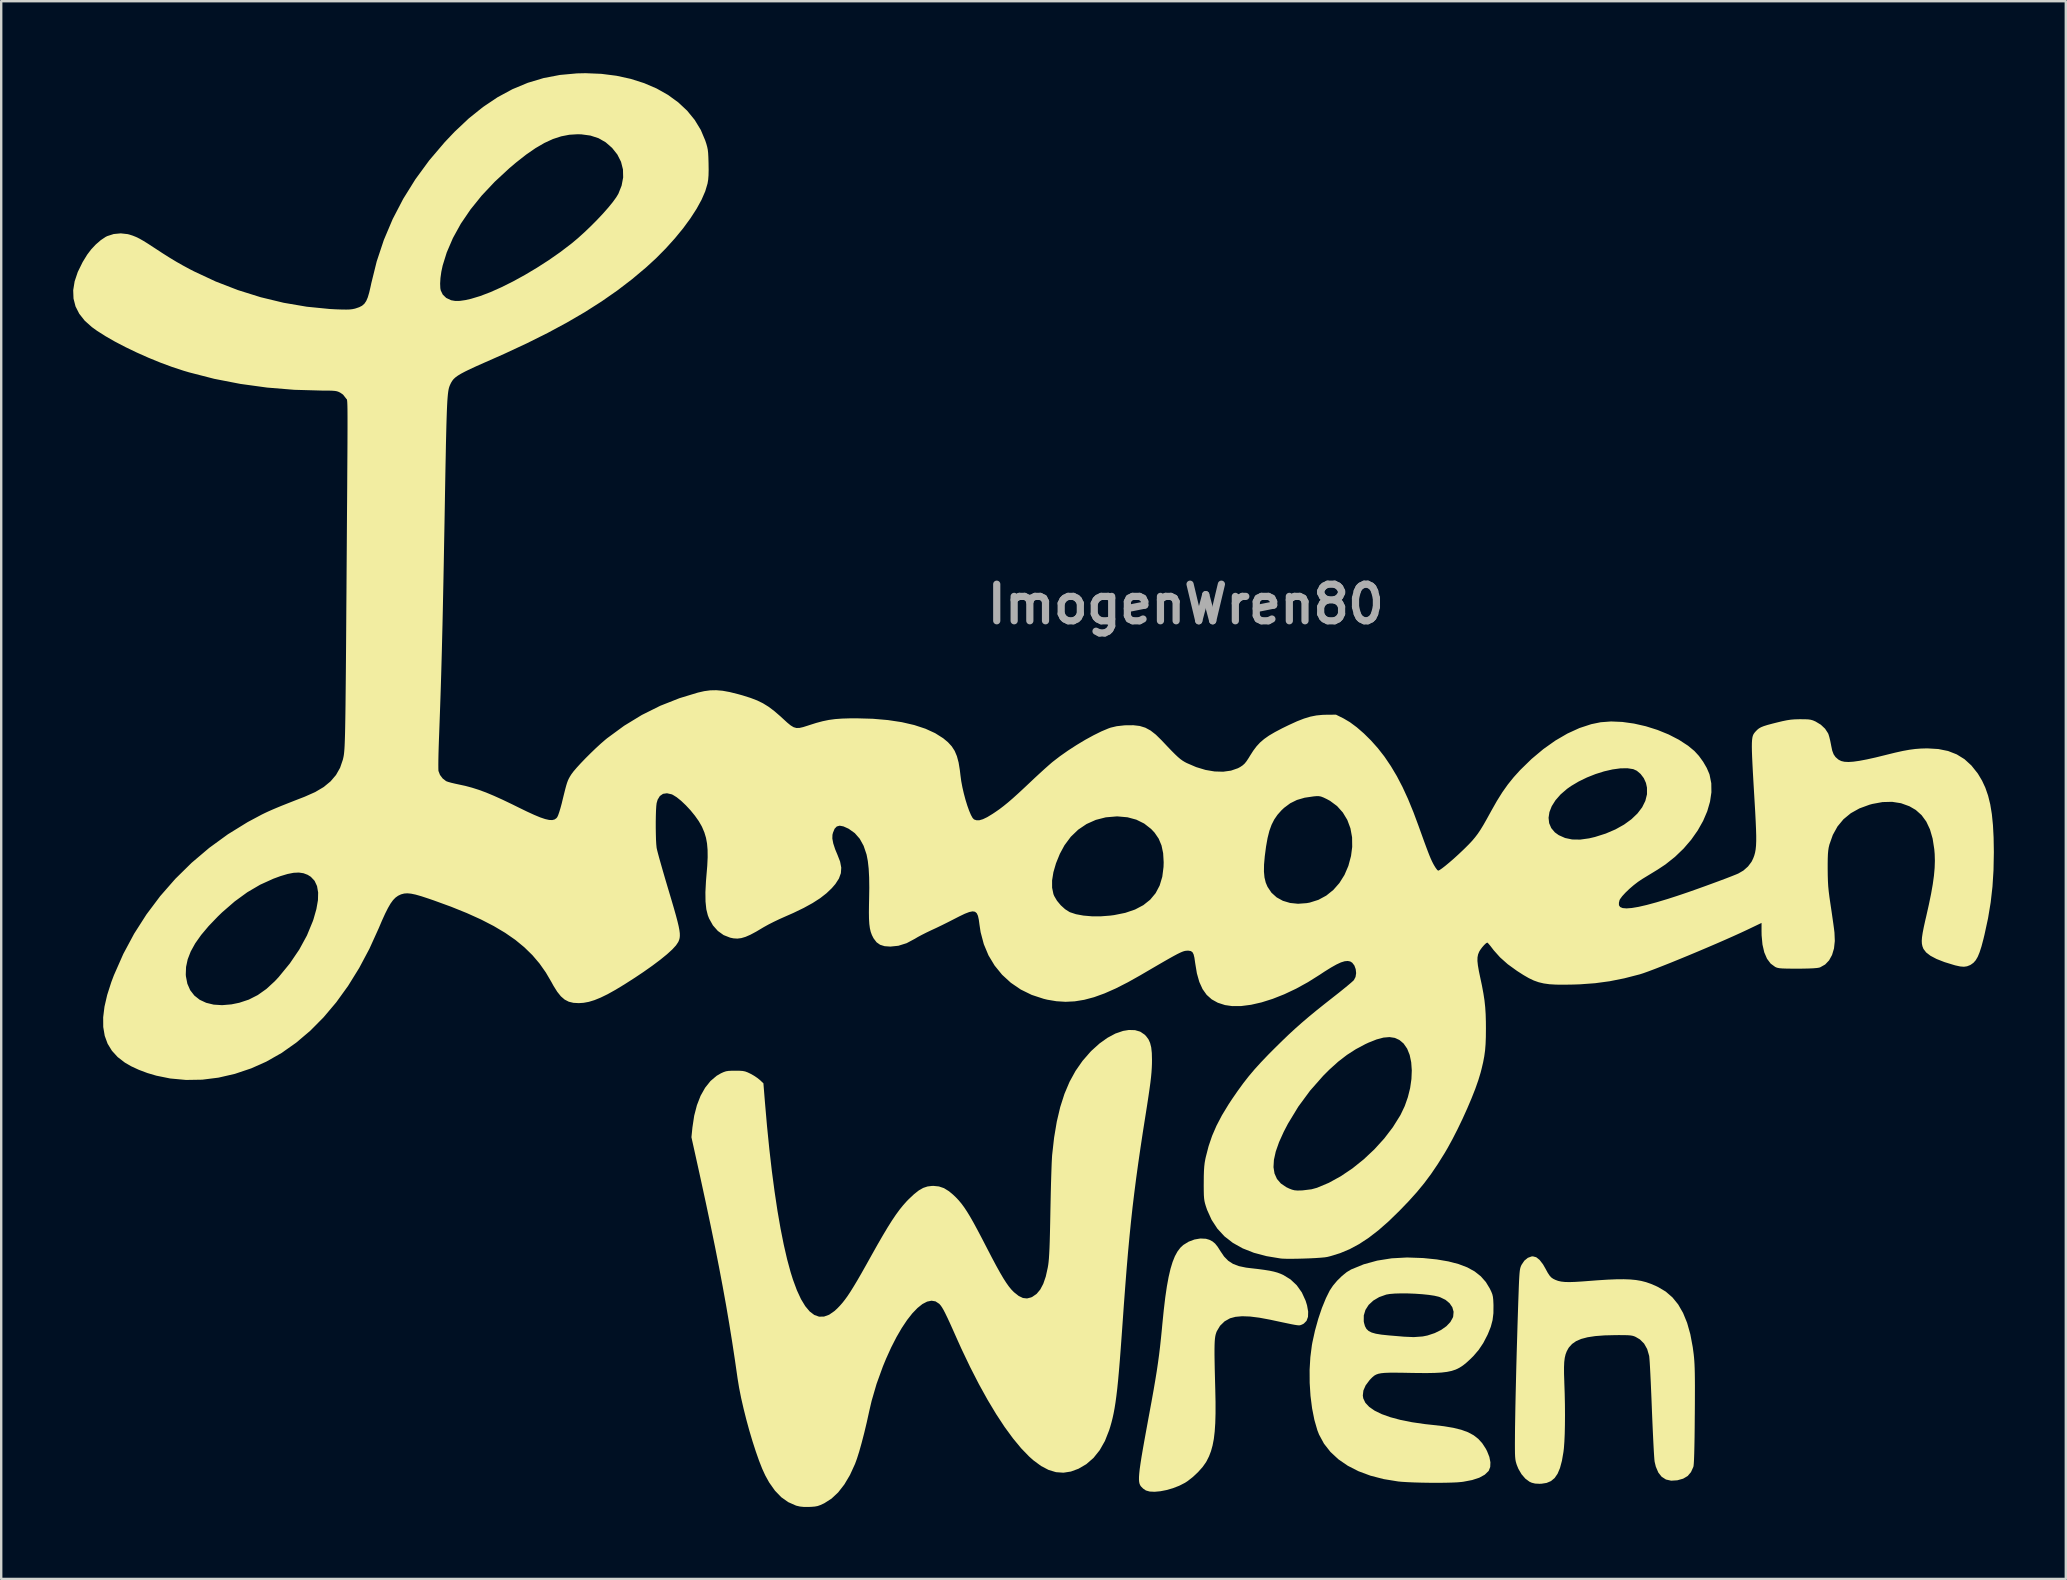
<source format=kicad_pcb>
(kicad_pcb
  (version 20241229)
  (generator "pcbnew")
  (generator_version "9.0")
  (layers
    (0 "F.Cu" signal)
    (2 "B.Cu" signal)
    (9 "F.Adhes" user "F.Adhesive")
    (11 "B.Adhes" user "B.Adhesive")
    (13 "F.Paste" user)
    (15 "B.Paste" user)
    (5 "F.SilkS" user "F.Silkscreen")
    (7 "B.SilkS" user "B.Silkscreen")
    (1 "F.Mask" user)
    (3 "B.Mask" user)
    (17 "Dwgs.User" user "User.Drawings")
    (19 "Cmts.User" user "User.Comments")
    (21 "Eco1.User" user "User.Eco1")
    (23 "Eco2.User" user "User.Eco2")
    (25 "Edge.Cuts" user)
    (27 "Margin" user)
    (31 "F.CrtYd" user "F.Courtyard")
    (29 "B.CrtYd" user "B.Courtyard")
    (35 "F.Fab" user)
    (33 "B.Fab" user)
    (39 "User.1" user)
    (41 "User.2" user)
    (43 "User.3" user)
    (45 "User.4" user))
  (footprint "ImogenWren80"
    (layer "F.Cu")
    (at 40.008 30.383)
    (property "Reference" "ImogenWren80" (at 6.35 -8.255 0) (layer "F.Fab") (effects (font (size 1.524 1.524) (thickness 0.3))))
    (attr board_only exclude_from_pos_files exclude_from_bom)
    (fp_poly (pts (xy 7.191 18.186) (xy 7.334 18.228) (xy 7.464 18.295) (xy 7.574 18.386) (xy 7.68 18.517) (xy 7.794 18.697) (xy 7.949 18.926) (xy 8.121 19.102) (xy 8.322 19.233) (xy 8.566 19.326) (xy 8.863 19.388) (xy 9.022 19.408) (xy 9.355 19.446) (xy 9.626 19.482) (xy 9.844 19.517) (xy 10.023 19.555) (xy 10.174 19.597) (xy 10.308 19.647) (xy 10.411 19.693) (xy 10.717 19.88) (xy 10.978 20.126) (xy 11.189 20.423) (xy 11.347 20.769) (xy 11.406 20.96) (xy 11.453 21.224) (xy 11.446 21.44) (xy 11.384 21.607) (xy 11.269 21.723) (xy 11.205 21.756) (xy 11.168 21.772) (xy 11.135 21.784) (xy 11.099 21.792) (xy 11.05 21.793) (xy 10.982 21.786) (xy 10.886 21.771) (xy 10.753 21.746) (xy 10.576 21.709) (xy 10.346 21.661) (xy 10.055 21.599) (xy 9.872 21.559) (xy 9.421 21.475) (xy 9.032 21.426) (xy 8.702 21.414) (xy 8.425 21.439) (xy 8.199 21.499) (xy 8.199 21.499) (xy 7.971 21.627) (xy 7.782 21.811) (xy 7.646 22.039) (xy 7.62 22.106) (xy 7.599 22.174) (xy 7.582 22.252) (xy 7.569 22.345) (xy 7.559 22.462) (xy 7.553 22.608) (xy 7.55 22.79) (xy 7.55 23.015) (xy 7.554 23.288) (xy 7.56 23.616) (xy 7.57 24.007) (xy 7.582 24.463) (xy 7.593 24.996) (xy 7.593 25.461) (xy 7.582 25.867) (xy 7.558 26.22) (xy 7.522 26.527) (xy 7.47 26.797) (xy 7.404 27.036) (xy 7.322 27.251) (xy 7.222 27.45) (xy 7.193 27.501) (xy 7.051 27.701) (xy 6.862 27.912) (xy 6.647 28.114) (xy 6.426 28.286) (xy 6.32 28.355) (xy 6.082 28.477) (xy 5.823 28.578) (xy 5.555 28.656) (xy 5.294 28.707) (xy 5.054 28.729) (xy 4.849 28.719) (xy 4.693 28.675) (xy 4.686 28.671) (xy 4.576 28.596) (xy 4.485 28.504) (xy 4.48 28.497) (xy 4.449 28.448) (xy 4.426 28.39) (xy 4.41 28.317) (xy 4.403 28.224) (xy 4.404 28.106) (xy 4.415 27.958) (xy 4.435 27.774) (xy 4.467 27.549) (xy 4.509 27.278) (xy 4.564 26.956) (xy 4.631 26.578) (xy 4.711 26.138) (xy 4.804 25.631) (xy 4.833 25.475) (xy 4.929 24.955) (xy 5.011 24.497) (xy 5.081 24.087) (xy 5.142 23.713) (xy 5.194 23.363) (xy 5.24 23.025) (xy 5.281 22.686) (xy 5.319 22.334) (xy 5.357 21.956) (xy 5.376 21.75) (xy 5.436 21.156) (xy 5.498 20.632) (xy 5.565 20.174) (xy 5.638 19.778) (xy 5.717 19.438) (xy 5.804 19.152) (xy 5.9 18.913) (xy 6.007 18.718) (xy 6.124 18.562) (xy 6.251 18.444) (xy 6.472 18.308) (xy 6.714 18.217) (xy 6.96 18.175)) (stroke (width 0) (type solid)) (fill yes) (layer "F.SilkS"))
    (fp_poly (pts (xy 16.256 18.99) (xy 16.259 18.991) (xy 16.812 19.047) (xy 17.297 19.13) (xy 17.72 19.24) (xy 18.083 19.378) (xy 18.391 19.548) (xy 18.647 19.751) (xy 18.857 19.989) (xy 19.023 20.263) (xy 19.024 20.266) (xy 19.086 20.395) (xy 19.127 20.499) (xy 19.151 20.603) (xy 19.165 20.729) (xy 19.173 20.9) (xy 19.175 20.959) (xy 19.172 21.289) (xy 19.136 21.579) (xy 19.062 21.857) (xy 18.944 22.151) (xy 18.923 22.197) (xy 18.749 22.532) (xy 18.558 22.817) (xy 18.334 23.078) (xy 18.202 23.208) (xy 18.048 23.349) (xy 17.902 23.466) (xy 17.757 23.56) (xy 17.604 23.635) (xy 17.433 23.692) (xy 17.237 23.733) (xy 17.006 23.761) (xy 16.731 23.776) (xy 16.405 23.782) (xy 16.018 23.78) (xy 15.747 23.776) (xy 15.381 23.769) (xy 15.081 23.766) (xy 14.84 23.767) (xy 14.647 23.774) (xy 14.496 23.789) (xy 14.378 23.812) (xy 14.284 23.846) (xy 14.205 23.891) (xy 14.134 23.95) (xy 14.061 24.023) (xy 14.012 24.076) (xy 13.849 24.293) (xy 13.754 24.51) (xy 13.73 24.721) (xy 13.749 24.838) (xy 13.836 25.021) (xy 13.996 25.192) (xy 14.224 25.35) (xy 14.52 25.494) (xy 14.879 25.622) (xy 15.301 25.735) (xy 15.782 25.831) (xy 16.321 25.909) (xy 16.652 25.945) (xy 17.111 25.998) (xy 17.503 26.064) (xy 17.835 26.146) (xy 18.114 26.248) (xy 18.348 26.374) (xy 18.543 26.526) (xy 18.708 26.709) (xy 18.849 26.925) (xy 18.907 27.035) (xy 19.003 27.276) (xy 19.047 27.5) (xy 19.039 27.695) (xy 18.979 27.85) (xy 18.969 27.865) (xy 18.81 28.018) (xy 18.583 28.143) (xy 18.286 28.24) (xy 17.92 28.31) (xy 17.833 28.321) (xy 17.659 28.336) (xy 17.425 28.346) (xy 17.146 28.353) (xy 16.836 28.355) (xy 16.511 28.354) (xy 16.185 28.349) (xy 15.873 28.34) (xy 15.59 28.328) (xy 15.351 28.313) (xy 15.202 28.299) (xy 14.601 28.201) (xy 14.049 28.058) (xy 13.549 27.872) (xy 13.103 27.644) (xy 12.713 27.376) (xy 12.383 27.07) (xy 12.113 26.726) (xy 11.907 26.346) (xy 11.836 26.165) (xy 11.712 25.734) (xy 11.616 25.25) (xy 11.55 24.73) (xy 11.516 24.191) (xy 11.513 23.648) (xy 11.544 23.12) (xy 11.608 22.621) (xy 11.627 22.515) (xy 11.737 22.014) (xy 11.845 21.626) (xy 13.769 21.626) (xy 13.78 21.688) (xy 13.82 21.829) (xy 13.881 21.941) (xy 13.97 22.027) (xy 14.098 22.093) (xy 14.274 22.143) (xy 14.505 22.181) (xy 14.801 22.212) (xy 14.835 22.215) (xy 15.028 22.231) (xy 15.206 22.246) (xy 15.348 22.258) (xy 15.435 22.266) (xy 15.853 22.284) (xy 16.223 22.257) (xy 16.424 22.217) (xy 16.726 22.117) (xy 16.992 21.986) (xy 17.213 21.83) (xy 17.379 21.655) (xy 17.482 21.469) (xy 17.496 21.425) (xy 17.513 21.229) (xy 17.461 21.042) (xy 17.347 20.874) (xy 17.176 20.731) (xy 16.954 20.623) (xy 16.89 20.601) (xy 16.709 20.559) (xy 16.475 20.524) (xy 16.204 20.496) (xy 15.911 20.476) (xy 15.614 20.464) (xy 15.327 20.462) (xy 15.068 20.469) (xy 14.852 20.487) (xy 14.706 20.512) (xy 14.411 20.617) (xy 14.165 20.763) (xy 13.973 20.942) (xy 13.84 21.15) (xy 13.771 21.38) (xy 13.769 21.626) (xy 11.845 21.626) (xy 11.872 21.527) (xy 12.026 21.07) (xy 12.194 20.66) (xy 12.351 20.344) (xy 12.487 20.14) (xy 12.662 19.932) (xy 12.86 19.738) (xy 13.061 19.575) (xy 13.242 19.466) (xy 13.77 19.25) (xy 14.332 19.096) (xy 14.931 19.001) (xy 15.572 18.966)) (stroke (width 0) (type solid)) (fill yes) (layer "F.SilkS"))
    (fp_poly (pts (xy 20.956 18.956) (xy 21.097 19.068) (xy 21.24 19.254) (xy 21.338 19.425) (xy 21.431 19.596) (xy 21.507 19.713) (xy 21.578 19.794) (xy 21.659 19.852) (xy 21.75 19.897) (xy 21.866 19.941) (xy 21.997 19.97) (xy 22.154 19.987) (xy 22.347 19.991) (xy 22.589 19.983) (xy 22.889 19.964) (xy 23.021 19.954) (xy 23.506 19.917) (xy 23.925 19.89) (xy 24.287 19.875) (xy 24.6 19.872) (xy 24.872 19.882) (xy 25.113 19.905) (xy 25.33 19.942) (xy 25.532 19.994) (xy 25.727 20.062) (xy 25.924 20.145) (xy 26.037 20.199) (xy 26.354 20.388) (xy 26.632 20.629) (xy 26.872 20.924) (xy 27.075 21.277) (xy 27.243 21.688) (xy 27.377 22.162) (xy 27.478 22.7) (xy 27.518 23.001) (xy 27.532 23.133) (xy 27.543 23.271) (xy 27.552 23.422) (xy 27.559 23.595) (xy 27.564 23.796) (xy 27.567 24.033) (xy 27.569 24.314) (xy 27.568 24.647) (xy 27.567 25.038) (xy 27.564 25.496) (xy 27.563 25.542) (xy 27.559 26.046) (xy 27.554 26.478) (xy 27.547 26.84) (xy 27.54 27.135) (xy 27.532 27.366) (xy 27.523 27.535) (xy 27.513 27.644) (xy 27.504 27.69) (xy 27.405 27.91) (xy 27.266 28.072) (xy 27.078 28.183) (xy 26.834 28.251) (xy 26.833 28.251) (xy 26.579 28.267) (xy 26.362 28.218) (xy 26.183 28.104) (xy 26.043 27.926) (xy 25.94 27.684) (xy 25.89 27.476) (xy 25.881 27.397) (xy 25.87 27.25) (xy 25.857 27.044) (xy 25.843 26.787) (xy 25.828 26.487) (xy 25.812 26.151) (xy 25.796 25.788) (xy 25.78 25.405) (xy 25.774 25.25) (xy 25.759 24.864) (xy 25.743 24.495) (xy 25.728 24.151) (xy 25.713 23.841) (xy 25.699 23.572) (xy 25.686 23.351) (xy 25.674 23.187) (xy 25.665 23.087) (xy 25.662 23.065) (xy 25.579 22.781) (xy 25.451 22.554) (xy 25.277 22.38) (xy 25.1 22.276) (xy 25.033 22.247) (xy 24.963 22.227) (xy 24.878 22.213) (xy 24.764 22.205) (xy 24.608 22.201) (xy 24.397 22.2) (xy 24.257 22.201) (xy 23.805 22.212) (xy 23.419 22.241) (xy 23.096 22.29) (xy 22.83 22.36) (xy 22.616 22.453) (xy 22.448 22.571) (xy 22.32 22.713) (xy 22.295 22.752) (xy 22.229 22.872) (xy 22.18 23) (xy 22.145 23.147) (xy 22.123 23.325) (xy 22.114 23.543) (xy 22.115 23.814) (xy 22.126 24.148) (xy 22.126 24.164) (xy 22.142 24.628) (xy 22.152 25.086) (xy 22.155 25.526) (xy 22.152 25.94) (xy 22.144 26.316) (xy 22.129 26.645) (xy 22.109 26.916) (xy 22.091 27.067) (xy 22.027 27.438) (xy 21.946 27.74) (xy 21.846 27.978) (xy 21.722 28.157) (xy 21.571 28.283) (xy 21.389 28.36) (xy 21.172 28.394) (xy 21.088 28.396) (xy 20.91 28.387) (xy 20.769 28.352) (xy 20.676 28.31) (xy 20.504 28.183) (xy 20.345 27.999) (xy 20.213 27.774) (xy 20.146 27.61) (xy 20.121 27.531) (xy 20.101 27.455) (xy 20.087 27.371) (xy 20.077 27.267) (xy 20.071 27.135) (xy 20.069 26.961) (xy 20.068 26.735) (xy 20.07 26.447) (xy 20.07 26.412) (xy 20.073 26.066) (xy 20.08 25.655) (xy 20.088 25.187) (xy 20.099 24.674) (xy 20.112 24.124) (xy 20.126 23.546) (xy 20.142 22.951) (xy 20.16 22.347) (xy 20.178 21.744) (xy 20.197 21.152) (xy 20.208 20.824) (xy 20.221 20.467) (xy 20.231 20.176) (xy 20.241 19.943) (xy 20.251 19.762) (xy 20.261 19.622) (xy 20.272 19.517) (xy 20.285 19.438) (xy 20.301 19.376) (xy 20.32 19.325) (xy 20.343 19.275) (xy 20.346 19.27) (xy 20.46 19.1) (xy 20.604 18.981) (xy 20.763 18.923) (xy 20.817 18.919)) (stroke (width 0) (type solid)) (fill yes) (layer "F.SilkS"))
    (fp_poly (pts (xy 4.238 9.493) (xy 4.452 9.555) (xy 4.633 9.676) (xy 4.697 9.74) (xy 4.796 9.872) (xy 4.866 10.025) (xy 4.913 10.212) (xy 4.938 10.446) (xy 4.945 10.732) (xy 4.943 10.901) (xy 4.936 11.071) (xy 4.924 11.252) (xy 4.905 11.454) (xy 4.878 11.684) (xy 4.841 11.953) (xy 4.795 12.27) (xy 4.738 12.643) (xy 4.679 13.018) (xy 4.565 13.739) (xy 4.463 14.415) (xy 4.37 15.055) (xy 4.285 15.671) (xy 4.208 16.272) (xy 4.136 16.868) (xy 4.07 17.471) (xy 4.008 18.089) (xy 3.948 18.733) (xy 3.89 19.414) (xy 3.833 20.141) (xy 3.774 20.925) (xy 3.728 21.579) (xy 3.683 22.209) (xy 3.642 22.769) (xy 3.604 23.267) (xy 3.567 23.707) (xy 3.532 24.094) (xy 3.497 24.436) (xy 3.461 24.738) (xy 3.425 25.004) (xy 3.387 25.242) (xy 3.347 25.457) (xy 3.304 25.654) (xy 3.257 25.84) (xy 3.206 26.019) (xy 3.159 26.168) (xy 2.984 26.612) (xy 2.766 26.996) (xy 2.508 27.318) (xy 2.208 27.579) (xy 1.883 27.769) (xy 1.566 27.886) (xy 1.255 27.934) (xy 0.946 27.912) (xy 0.637 27.819) (xy 0.323 27.654) (xy 0.002 27.417) (xy -0.177 27.257) (xy -0.506 26.917) (xy -0.845 26.507) (xy -1.194 26.031) (xy -1.549 25.491) (xy -1.908 24.893) (xy -2.27 24.239) (xy -2.632 23.532) (xy -2.992 22.778) (xy -3.203 22.31) (xy -3.355 21.968) (xy -3.481 21.688) (xy -3.586 21.463) (xy -3.672 21.286) (xy -3.743 21.149) (xy -3.804 21.046) (xy -3.857 20.969) (xy -3.907 20.911) (xy -3.924 20.894) (xy -4.075 20.795) (xy -4.243 20.767) (xy -4.426 20.805) (xy -4.622 20.907) (xy -4.827 21.071) (xy -5.041 21.293) (xy -5.259 21.571) (xy -5.481 21.903) (xy -5.703 22.285) (xy -5.923 22.715) (xy -6.138 23.19) (xy -6.269 23.508) (xy -6.532 24.234) (xy -6.739 24.946) (xy -6.836 25.363) (xy -6.941 25.839) (xy -7.048 26.286) (xy -7.154 26.693) (xy -7.255 27.053) (xy -7.351 27.355) (xy -7.429 27.568) (xy -7.64 28.029) (xy -7.875 28.425) (xy -8.132 28.755) (xy -8.411 29.016) (xy -8.709 29.206) (xy -8.717 29.21) (xy -8.865 29.279) (xy -8.984 29.322) (xy -9.105 29.345) (xy -9.258 29.357) (xy -9.342 29.36) (xy -9.556 29.361) (xy -9.725 29.344) (xy -9.877 29.308) (xy -9.899 29.3) (xy -10.214 29.16) (xy -10.503 28.955) (xy -10.766 28.682) (xy -11.007 28.341) (xy -11.173 28.041) (xy -11.298 27.767) (xy -11.43 27.431) (xy -11.565 27.046) (xy -11.701 26.625) (xy -11.834 26.178) (xy -11.959 25.72) (xy -12.074 25.262) (xy -12.176 24.817) (xy -12.259 24.398) (xy -12.322 24.016) (xy -12.325 23.995) (xy -12.435 23.23) (xy -12.55 22.475) (xy -12.672 21.721) (xy -12.802 20.958) (xy -12.943 20.179) (xy -13.095 19.375) (xy -13.26 18.537) (xy -13.441 17.656) (xy -13.638 16.724) (xy -13.853 15.732) (xy -13.943 15.322) (xy -14.246 13.955) (xy -14.204 13.542) (xy -14.131 13.058) (xy -14.017 12.619) (xy -13.865 12.229) (xy -13.675 11.892) (xy -13.452 11.613) (xy -13.197 11.396) (xy -13.018 11.292) (xy -12.905 11.241) (xy -12.807 11.208) (xy -12.699 11.191) (xy -12.558 11.184) (xy -12.418 11.183) (xy -12.239 11.185) (xy -12.111 11.194) (xy -12.009 11.214) (xy -11.908 11.251) (xy -11.796 11.304) (xy -11.645 11.388) (xy -11.498 11.486) (xy -11.398 11.567) (xy -11.247 11.707) (xy -11.185 12.475) (xy -11.097 13.489) (xy -11 14.453) (xy -10.895 15.366) (xy -10.781 16.223) (xy -10.661 17.022) (xy -10.533 17.76) (xy -10.399 18.434) (xy -10.259 19.041) (xy -10.113 19.579) (xy -10.016 19.888) (xy -9.852 20.332) (xy -9.681 20.701) (xy -9.503 20.995) (xy -9.319 21.215) (xy -9.127 21.361) (xy -8.928 21.432) (xy -8.722 21.429) (xy -8.509 21.352) (xy -8.289 21.2) (xy -8.169 21.09) (xy -8.061 20.978) (xy -7.957 20.86) (xy -7.853 20.728) (xy -7.743 20.577) (xy -7.625 20.399) (xy -7.493 20.187) (xy -7.342 19.936) (xy -7.17 19.639) (xy -6.972 19.288) (xy -6.745 18.881) (xy -6.494 18.434) (xy -6.271 18.048) (xy -6.072 17.715) (xy -5.892 17.429) (xy -5.727 17.184) (xy -5.572 16.972) (xy -5.423 16.788) (xy -5.276 16.623) (xy -5.192 16.537) (xy -4.968 16.326) (xy -4.771 16.171) (xy -4.589 16.067) (xy -4.409 16.007) (xy -4.219 15.984) (xy -4.161 15.983) (xy -3.933 16.006) (xy -3.723 16.077) (xy -3.516 16.205) (xy -3.348 16.345) (xy -3.224 16.463) (xy -3.108 16.586) (xy -2.996 16.72) (xy -2.883 16.873) (xy -2.764 17.052) (xy -2.635 17.263) (xy -2.492 17.514) (xy -2.33 17.813) (xy -2.145 18.164) (xy -1.939 18.562) (xy -1.731 18.963) (xy -1.55 19.303) (xy -1.392 19.588) (xy -1.254 19.824) (xy -1.131 20.016) (xy -1.02 20.173) (xy -0.917 20.299) (xy -0.817 20.402) (xy -0.805 20.414) (xy -0.611 20.568) (xy -0.433 20.654) (xy -0.262 20.673) (xy -0.089 20.629) (xy -0.041 20.606) (xy 0.138 20.482) (xy 0.289 20.302) (xy 0.415 20.063) (xy 0.519 19.761) (xy 0.601 19.391) (xy 0.621 19.275) (xy 0.636 19.157) (xy 0.65 19.007) (xy 0.662 18.819) (xy 0.674 18.586) (xy 0.684 18.303) (xy 0.693 17.963) (xy 0.702 17.561) (xy 0.711 17.091) (xy 0.712 17.027) (xy 0.72 16.641) (xy 0.728 16.264) (xy 0.737 15.904) (xy 0.747 15.571) (xy 0.757 15.275) (xy 0.766 15.026) (xy 0.776 14.832) (xy 0.784 14.704) (xy 0.866 13.973) (xy 0.978 13.306) (xy 1.121 12.699) (xy 1.298 12.147) (xy 1.51 11.646) (xy 1.76 11.191) (xy 2.048 10.777) (xy 2.376 10.4) (xy 2.43 10.345) (xy 2.758 10.049) (xy 3.09 9.812) (xy 3.42 9.635) (xy 3.741 9.525) (xy 3.981 9.486)) (stroke (width 0) (type solid)) (fill yes) (layer "F.SilkS"))
    (fp_poly (pts (xy -17.999 -30.356) (xy -17.37 -30.276) (xy -16.774 -30.146) (xy -16.215 -29.968) (xy -15.696 -29.745) (xy -15.223 -29.478) (xy -14.798 -29.169) (xy -14.426 -28.822) (xy -14.111 -28.437) (xy -13.856 -28.018) (xy -13.672 -27.582) (xy -13.623 -27.435) (xy -13.589 -27.311) (xy -13.565 -27.192) (xy -13.55 -27.058) (xy -13.541 -26.891) (xy -13.534 -26.67) (xy -13.533 -26.636) (xy -13.529 -26.351) (xy -13.534 -26.125) (xy -13.549 -25.941) (xy -13.575 -25.785) (xy -13.67 -25.464) (xy -13.824 -25.11) (xy -14.032 -24.731) (xy -14.29 -24.332) (xy -14.592 -23.92) (xy -14.935 -23.502) (xy -15.312 -23.084) (xy -15.719 -22.672) (xy -16.14 -22.286) (xy -16.72 -21.799) (xy -17.334 -21.329) (xy -17.987 -20.874) (xy -18.685 -20.429) (xy -19.433 -19.993) (xy -20.236 -19.56) (xy -21.1 -19.129) (xy -22.031 -18.695) (xy -22.497 -18.488) (xy -22.878 -18.32) (xy -23.198 -18.178) (xy -23.461 -18.057) (xy -23.674 -17.953) (xy -23.844 -17.863) (xy -23.976 -17.783) (xy -24.078 -17.709) (xy -24.156 -17.637) (xy -24.215 -17.562) (xy -24.263 -17.482) (xy -24.306 -17.392) (xy -24.314 -17.373) (xy -24.333 -17.324) (xy -24.351 -17.266) (xy -24.367 -17.197) (xy -24.381 -17.111) (xy -24.394 -17.005) (xy -24.406 -16.874) (xy -24.418 -16.714) (xy -24.428 -16.522) (xy -24.438 -16.292) (xy -24.447 -16.021) (xy -24.457 -15.704) (xy -24.466 -15.338) (xy -24.476 -14.918) (xy -24.485 -14.44) (xy -24.496 -13.9) (xy -24.507 -13.293) (xy -24.519 -12.616) (xy -24.519 -12.588) (xy -24.535 -11.674) (xy -24.551 -10.829) (xy -24.565 -10.047) (xy -24.579 -9.321) (xy -24.593 -8.647) (xy -24.606 -8.016) (xy -24.619 -7.425) (xy -24.633 -6.866) (xy -24.646 -6.333) (xy -24.66 -5.821) (xy -24.674 -5.323) (xy -24.689 -4.833) (xy -24.705 -4.345) (xy -24.722 -3.853) (xy -24.74 -3.352) (xy -24.759 -2.834) (xy -24.768 -2.603) (xy -24.778 -2.309) (xy -24.786 -2.033) (xy -24.791 -1.786) (xy -24.793 -1.578) (xy -24.792 -1.42) (xy -24.789 -1.322) (xy -24.786 -1.303) (xy -24.724 -1.142) (xy -24.611 -0.993) (xy -24.469 -0.883) (xy -24.464 -0.881) (xy -24.386 -0.852) (xy -24.254 -0.815) (xy -24.089 -0.776) (xy -23.954 -0.747) (xy -23.667 -0.685) (xy -23.388 -0.61) (xy -23.105 -0.52) (xy -22.806 -0.41) (xy -22.483 -0.275) (xy -22.122 -0.112) (xy -21.715 0.083) (xy -21.466 0.206) (xy -21.103 0.383) (xy -20.798 0.523) (xy -20.546 0.628) (xy -20.341 0.697) (xy -20.176 0.734) (xy -20.047 0.739) (xy -19.948 0.714) (xy -19.872 0.66) (xy -19.837 0.616) (xy -19.8 0.538) (xy -19.753 0.404) (xy -19.701 0.231) (xy -19.648 0.036) (xy -19.635 -0.021) (xy -19.567 -0.299) (xy -19.513 -0.515) (xy -19.469 -0.681) (xy -19.43 -0.809) (xy -19.393 -0.909) (xy -19.354 -0.993) (xy -19.309 -1.073) (xy -19.255 -1.16) (xy -19.253 -1.163) (xy -19.162 -1.286) (xy -19.025 -1.446) (xy -18.853 -1.634) (xy -18.656 -1.839) (xy -18.444 -2.05) (xy -18.229 -2.257) (xy -18.021 -2.448) (xy -17.831 -2.612) (xy -17.758 -2.672) (xy -17.05 -3.191) (xy -16.314 -3.64) (xy -15.546 -4.023) (xy -14.743 -4.34) (xy -13.98 -4.572) (xy -13.713 -4.633) (xy -13.461 -4.667) (xy -13.21 -4.672) (xy -12.944 -4.649) (xy -12.649 -4.595) (xy -12.309 -4.51) (xy -12.115 -4.456) (xy -11.786 -4.352) (xy -11.508 -4.246) (xy -11.262 -4.125) (xy -11.029 -3.981) (xy -10.793 -3.803) (xy -10.535 -3.58) (xy -10.433 -3.486) (xy -10.253 -3.321) (xy -10.11 -3.204) (xy -9.989 -3.131) (xy -9.873 -3.098) (xy -9.746 -3.1) (xy -9.592 -3.135) (xy -9.395 -3.197) (xy -9.344 -3.214) (xy -9.048 -3.308) (xy -8.779 -3.38) (xy -8.522 -3.433) (xy -8.256 -3.469) (xy -7.965 -3.49) (xy -7.631 -3.5) (xy -7.362 -3.501) (xy -6.687 -3.482) (xy -6.059 -3.428) (xy -5.482 -3.341) (xy -4.959 -3.22) (xy -4.494 -3.067) (xy -4.09 -2.882) (xy -3.755 -2.67) (xy -3.557 -2.505) (xy -3.4 -2.334) (xy -3.277 -2.144) (xy -3.184 -1.923) (xy -3.113 -1.658) (xy -3.061 -1.338) (xy -3.036 -1.124) (xy -3.004 -0.886) (xy -2.956 -0.63) (xy -2.895 -0.366) (xy -2.826 -0.107) (xy -2.751 0.136) (xy -2.674 0.351) (xy -2.599 0.527) (xy -2.53 0.651) (xy -2.471 0.713) (xy -2.366 0.748) (xy -2.245 0.746) (xy -2.099 0.703) (xy -1.92 0.617) (xy -1.7 0.483) (xy -1.584 0.406) (xy -1.414 0.288) (xy -1.242 0.157) (xy -1.058 0.008) (xy -0.854 -0.168) (xy -0.622 -0.377) (xy -0.352 -0.628) (xy -0.13 -0.837) (xy 0.071 -1.027) (xy 0.275 -1.215) (xy 0.468 -1.391) (xy 0.637 -1.541) (xy 0.769 -1.656) (xy 0.804 -1.685) (xy 1.109 -1.92) (xy 1.446 -2.157) (xy 1.801 -2.387) (xy 2.16 -2.603) (xy 2.511 -2.795) (xy 2.838 -2.957) (xy 3.129 -3.079) (xy 3.222 -3.112) (xy 3.473 -3.172) (xy 3.786 -3.207) (xy 3.859 -3.211) (xy 4.17 -3.213) (xy 4.434 -3.182) (xy 4.668 -3.11) (xy 4.886 -2.992) (xy 5.105 -2.821) (xy 5.341 -2.589) (xy 5.357 -2.572) (xy 5.58 -2.336) (xy 5.76 -2.148) (xy 5.907 -2.001) (xy 6.027 -1.888) (xy 6.13 -1.801) (xy 6.223 -1.734) (xy 6.314 -1.679) (xy 6.392 -1.638) (xy 6.786 -1.468) (xy 7.176 -1.35) (xy 7.553 -1.286) (xy 7.91 -1.276) (xy 8.237 -1.321) (xy 8.526 -1.421) (xy 8.622 -1.473) (xy 8.721 -1.539) (xy 8.804 -1.613) (xy 8.884 -1.712) (xy 8.977 -1.853) (xy 9.032 -1.944) (xy 9.165 -2.152) (xy 9.3 -2.332) (xy 9.448 -2.492) (xy 9.619 -2.639) (xy 9.822 -2.782) (xy 10.069 -2.927) (xy 10.367 -3.084) (xy 10.65 -3.222) (xy 10.987 -3.376) (xy 11.279 -3.49) (xy 11.542 -3.57) (xy 11.794 -3.62) (xy 12.049 -3.645) (xy 12.197 -3.649) (xy 12.612 -3.653) (xy 12.928 -3.496) (xy 13.192 -3.34) (xy 13.479 -3.127) (xy 13.776 -2.869) (xy 14.072 -2.576) (xy 14.355 -2.259) (xy 14.614 -1.928) (xy 14.635 -1.9) (xy 14.9 -1.508) (xy 15.149 -1.09) (xy 15.385 -0.637) (xy 15.614 -0.139) (xy 15.841 0.415) (xy 16.049 0.974) (xy 16.178 1.332) (xy 16.284 1.626) (xy 16.373 1.867) (xy 16.446 2.06) (xy 16.507 2.216) (xy 16.559 2.341) (xy 16.606 2.444) (xy 16.65 2.533) (xy 16.692 2.611) (xy 16.763 2.727) (xy 16.826 2.811) (xy 16.868 2.847) (xy 16.871 2.847) (xy 16.928 2.822) (xy 17.03 2.753) (xy 17.168 2.646) (xy 17.333 2.509) (xy 17.516 2.351) (xy 17.707 2.177) (xy 17.899 1.996) (xy 17.987 1.911) (xy 18.15 1.748) (xy 18.288 1.601) (xy 18.409 1.457) (xy 18.523 1.307) (xy 18.637 1.137) (xy 18.759 0.937) (xy 18.897 0.694) (xy 18.924 0.645) (xy 21.47 0.645) (xy 21.495 0.869) (xy 21.582 1.073) (xy 21.732 1.251) (xy 21.893 1.367) (xy 22.159 1.486) (xy 22.455 1.548) (xy 22.787 1.553) (xy 23.16 1.501) (xy 23.406 1.443) (xy 23.854 1.301) (xy 24.258 1.128) (xy 24.616 0.928) (xy 24.922 0.706) (xy 25.175 0.464) (xy 25.37 0.208) (xy 25.503 -0.06) (xy 25.572 -0.336) (xy 25.571 -0.614) (xy 25.528 -0.81) (xy 25.438 -1.008) (xy 25.306 -1.182) (xy 25.149 -1.315) (xy 25.001 -1.383) (xy 24.755 -1.421) (xy 24.462 -1.416) (xy 24.135 -1.371) (xy 23.786 -1.291) (xy 23.427 -1.178) (xy 23.07 -1.036) (xy 22.727 -0.869) (xy 22.41 -0.681) (xy 22.241 -0.562) (xy 21.971 -0.329) (xy 21.758 -0.086) (xy 21.602 0.162) (xy 21.506 0.407) (xy 21.47 0.645) (xy 18.924 0.645) (xy 19.06 0.398) (xy 19.083 0.356) (xy 19.318 -0.059) (xy 19.544 -0.42) (xy 19.773 -0.743) (xy 20.017 -1.046) (xy 20.286 -1.343) (xy 20.763 -1.808) (xy 21.254 -2.219) (xy 21.753 -2.573) (xy 22.256 -2.866) (xy 22.757 -3.095) (xy 23.25 -3.257) (xy 23.64 -3.337) (xy 24.076 -3.37) (xy 24.544 -3.35) (xy 25.031 -3.282) (xy 25.524 -3.17) (xy 26.009 -3.017) (xy 26.473 -2.828) (xy 26.902 -2.607) (xy 27.284 -2.358) (xy 27.547 -2.14) (xy 27.734 -1.936) (xy 27.911 -1.692) (xy 28.061 -1.434) (xy 28.168 -1.186) (xy 28.18 -1.149) (xy 28.251 -0.794) (xy 28.256 -0.418) (xy 28.198 -0.027) (xy 28.082 0.373) (xy 27.91 0.774) (xy 27.686 1.171) (xy 27.414 1.558) (xy 27.097 1.927) (xy 26.738 2.272) (xy 26.341 2.588) (xy 26.021 2.8) (xy 25.833 2.915) (xy 25.62 3.045) (xy 25.421 3.166) (xy 25.375 3.194) (xy 25.199 3.312) (xy 25.015 3.454) (xy 24.834 3.61) (xy 24.672 3.766) (xy 24.54 3.91) (xy 24.451 4.031) (xy 24.429 4.073) (xy 24.402 4.184) (xy 24.403 4.285) (xy 24.403 4.287) (xy 24.453 4.362) (xy 24.557 4.406) (xy 24.719 4.42) (xy 24.939 4.403) (xy 25.218 4.356) (xy 25.56 4.277) (xy 25.965 4.167) (xy 26.435 4.026) (xy 26.795 3.91) (xy 27.04 3.828) (xy 27.324 3.731) (xy 27.632 3.622) (xy 27.953 3.507) (xy 28.273 3.39) (xy 28.58 3.277) (xy 28.862 3.171) (xy 29.105 3.077) (xy 29.297 3) (xy 29.377 2.966) (xy 29.59 2.842) (xy 29.781 2.673) (xy 29.926 2.481) (xy 29.949 2.437) (xy 30.001 2.327) (xy 30.042 2.217) (xy 30.075 2.098) (xy 30.099 1.964) (xy 30.115 1.807) (xy 30.123 1.618) (xy 30.123 1.391) (xy 30.115 1.118) (xy 30.101 0.79) (xy 30.081 0.402) (xy 30.062 0.075) (xy 30.031 -0.449) (xy 30.004 -0.903) (xy 29.982 -1.294) (xy 29.965 -1.625) (xy 29.952 -1.904) (xy 29.944 -2.135) (xy 29.941 -2.323) (xy 29.943 -2.474) (xy 29.95 -2.594) (xy 29.962 -2.688) (xy 29.978 -2.76) (xy 30 -2.818) (xy 30.027 -2.865) (xy 30.059 -2.908) (xy 30.092 -2.946) (xy 30.162 -3.019) (xy 30.234 -3.078) (xy 30.323 -3.129) (xy 30.439 -3.176) (xy 30.595 -3.225) (xy 30.805 -3.281) (xy 30.972 -3.323) (xy 31.211 -3.381) (xy 31.402 -3.42) (xy 31.567 -3.445) (xy 31.73 -3.458) (xy 31.914 -3.463) (xy 31.956 -3.463) (xy 32.15 -3.462) (xy 32.289 -3.456) (xy 32.395 -3.441) (xy 32.486 -3.415) (xy 32.583 -3.373) (xy 32.595 -3.368) (xy 32.815 -3.235) (xy 32.993 -3.067) (xy 33.116 -2.879) (xy 33.135 -2.834) (xy 33.169 -2.722) (xy 33.207 -2.566) (xy 33.241 -2.396) (xy 33.247 -2.362) (xy 33.291 -2.154) (xy 33.348 -2.002) (xy 33.428 -1.886) (xy 33.54 -1.788) (xy 33.567 -1.77) (xy 33.668 -1.72) (xy 33.798 -1.69) (xy 33.964 -1.681) (xy 34.171 -1.694) (xy 34.424 -1.73) (xy 34.731 -1.788) (xy 35.096 -1.869) (xy 35.526 -1.975) (xy 35.553 -1.982) (xy 35.919 -2.072) (xy 36.23 -2.141) (xy 36.501 -2.19) (xy 36.748 -2.223) (xy 36.986 -2.241) (xy 37.23 -2.248) (xy 37.26 -2.248) (xy 37.713 -2.221) (xy 38.118 -2.139) (xy 38.479 -1.998) (xy 38.802 -1.798) (xy 39.091 -1.534) (xy 39.352 -1.206) (xy 39.37 -1.178) (xy 39.534 -0.903) (xy 39.672 -0.606) (xy 39.785 -0.279) (xy 39.875 0.084) (xy 39.942 0.492) (xy 39.988 0.95) (xy 40.015 1.467) (xy 40.025 2.049) (xy 40.025 2.098) (xy 40.011 2.828) (xy 39.968 3.511) (xy 39.893 4.17) (xy 39.784 4.828) (xy 39.637 5.507) (xy 39.592 5.694) (xy 39.51 6.004) (xy 39.431 6.249) (xy 39.353 6.438) (xy 39.269 6.581) (xy 39.175 6.687) (xy 39.066 6.765) (xy 39.035 6.782) (xy 38.909 6.832) (xy 38.779 6.851) (xy 38.624 6.839) (xy 38.426 6.796) (xy 38.365 6.779) (xy 37.965 6.656) (xy 37.639 6.528) (xy 37.385 6.394) (xy 37.204 6.255) (xy 37.093 6.109) (xy 37.086 6.093) (xy 37.049 5.996) (xy 37.027 5.892) (xy 37.021 5.771) (xy 37.032 5.621) (xy 37.06 5.434) (xy 37.106 5.198) (xy 37.171 4.904) (xy 37.2 4.782) (xy 37.316 4.268) (xy 37.409 3.816) (xy 37.48 3.415) (xy 37.529 3.058) (xy 37.558 2.735) (xy 37.568 2.437) (xy 37.56 2.155) (xy 37.543 1.954) (xy 37.474 1.51) (xy 37.363 1.127) (xy 37.21 0.802) (xy 37.013 0.533) (xy 36.771 0.317) (xy 36.508 0.164) (xy 36.157 0.037) (xy 35.785 -0.021) (xy 35.387 -0.011) (xy 34.962 0.067) (xy 34.842 0.1) (xy 34.424 0.253) (xy 34.064 0.454) (xy 33.759 0.705) (xy 33.51 1.006) (xy 33.315 1.358) (xy 33.172 1.762) (xy 33.168 1.779) (xy 33.142 1.89) (xy 33.124 2.01) (xy 33.111 2.151) (xy 33.104 2.329) (xy 33.101 2.556) (xy 33.101 2.772) (xy 33.104 3.047) (xy 33.111 3.279) (xy 33.123 3.493) (xy 33.144 3.708) (xy 33.174 3.948) (xy 33.216 4.235) (xy 33.227 4.308) (xy 33.266 4.569) (xy 33.303 4.827) (xy 33.337 5.065) (xy 33.364 5.266) (xy 33.382 5.413) (xy 33.384 5.432) (xy 33.398 5.777) (xy 33.364 6.089) (xy 33.283 6.361) (xy 33.159 6.586) (xy 32.995 6.758) (xy 32.793 6.872) (xy 32.746 6.888) (xy 32.654 6.903) (xy 32.496 6.916) (xy 32.283 6.925) (xy 32.022 6.93) (xy 31.828 6.931) (xy 31.563 6.93) (xy 31.36 6.927) (xy 31.211 6.922) (xy 31.102 6.913) (xy 31.022 6.899) (xy 30.961 6.88) (xy 30.915 6.859) (xy 30.725 6.72) (xy 30.573 6.517) (xy 30.459 6.252) (xy 30.384 5.927) (xy 30.348 5.542) (xy 30.345 5.375) (xy 30.345 5.025) (xy 29.758 5.306) (xy 29.488 5.432) (xy 29.177 5.573) (xy 28.833 5.726) (xy 28.464 5.887) (xy 28.079 6.052) (xy 27.685 6.219) (xy 27.293 6.383) (xy 26.909 6.541) (xy 26.543 6.69) (xy 26.202 6.825) (xy 25.897 6.944) (xy 25.634 7.043) (xy 25.422 7.119) (xy 25.27 7.168) (xy 25.269 7.168) (xy 24.628 7.333) (xy 24.018 7.455) (xy 23.412 7.537) (xy 22.783 7.583) (xy 22.497 7.593) (xy 22.11 7.599) (xy 21.785 7.596) (xy 21.51 7.58) (xy 21.271 7.547) (xy 21.056 7.496) (xy 20.851 7.423) (xy 20.645 7.324) (xy 20.425 7.197) (xy 20.177 7.038) (xy 20.155 7.024) (xy 19.769 6.745) (xy 19.449 6.46) (xy 19.183 6.162) (xy 19.139 6.104) (xy 19.049 5.987) (xy 18.974 5.897) (xy 18.926 5.849) (xy 18.917 5.844) (xy 18.864 5.873) (xy 18.786 5.946) (xy 18.7 6.045) (xy 18.621 6.153) (xy 18.578 6.226) (xy 18.533 6.337) (xy 18.509 6.461) (xy 18.506 6.61) (xy 18.526 6.797) (xy 18.567 7.034) (xy 18.612 7.249) (xy 18.693 7.629) (xy 18.754 7.957) (xy 18.8 8.252) (xy 18.83 8.536) (xy 18.849 8.826) (xy 18.858 9.144) (xy 18.86 9.422) (xy 18.857 9.774) (xy 18.846 10.072) (xy 18.825 10.335) (xy 18.791 10.583) (xy 18.743 10.836) (xy 18.677 11.115) (xy 18.637 11.269) (xy 18.543 11.58) (xy 18.416 11.941) (xy 18.259 12.338) (xy 18.08 12.759) (xy 17.885 13.19) (xy 17.679 13.618) (xy 17.469 14.029) (xy 17.26 14.411) (xy 17.132 14.629) (xy 16.85 15.08) (xy 16.574 15.487) (xy 16.29 15.868) (xy 15.985 16.239) (xy 15.644 16.618) (xy 15.255 17.022) (xy 14.806 17.459) (xy 14.381 17.832) (xy 13.974 18.146) (xy 13.577 18.407) (xy 13.183 18.619) (xy 12.784 18.786) (xy 12.375 18.912) (xy 12.251 18.943) (xy 12.142 18.96) (xy 11.973 18.975) (xy 11.759 18.99) (xy 11.516 19.002) (xy 11.258 19.011) (xy 11 19.018) (xy 10.758 19.021) (xy 10.547 19.02) (xy 10.381 19.014) (xy 10.302 19.007) (xy 9.716 18.91) (xy 9.19 18.77) (xy 8.724 18.586) (xy 8.316 18.358) (xy 7.965 18.085) (xy 7.67 17.765) (xy 7.43 17.398) (xy 7.242 16.983) (xy 7.187 16.821) (xy 7.155 16.713) (xy 7.132 16.613) (xy 7.117 16.505) (xy 7.107 16.374) (xy 7.103 16.207) (xy 7.101 15.987) (xy 7.102 15.847) (xy 7.104 15.572) (xy 7.111 15.354) (xy 7.121 15.202) (xy 10.008 15.202) (xy 10.051 15.468) (xy 10.153 15.694) (xy 10.316 15.883) (xy 10.539 16.035) (xy 10.662 16.094) (xy 10.781 16.14) (xy 10.885 16.166) (xy 11.002 16.176) (xy 11.157 16.173) (xy 11.22 16.17) (xy 11.594 16.124) (xy 11.82 16.062) (xy 12.314 15.855) (xy 12.81 15.582) (xy 13.299 15.253) (xy 13.77 14.875) (xy 14.214 14.458) (xy 14.622 14.009) (xy 14.982 13.538) (xy 15.286 13.052) (xy 15.307 13.014) (xy 15.477 12.657) (xy 15.608 12.284) (xy 15.702 11.906) (xy 15.756 11.531) (xy 15.771 11.17) (xy 15.747 10.832) (xy 15.683 10.527) (xy 15.578 10.265) (xy 15.433 10.055) (xy 15.424 10.045) (xy 15.253 9.902) (xy 15.062 9.815) (xy 14.843 9.782) (xy 14.592 9.803) (xy 14.304 9.88) (xy 13.972 10.012) (xy 13.834 10.076) (xy 13.438 10.287) (xy 13.066 10.527) (xy 12.703 10.807) (xy 12.335 11.139) (xy 12.08 11.394) (xy 11.533 12.014) (xy 11.041 12.682) (xy 10.612 13.389) (xy 10.437 13.724) (xy 10.24 14.159) (xy 10.103 14.549) (xy 10.026 14.896) (xy 10.008 15.202) (xy 7.121 15.202) (xy 7.123 15.175) (xy 7.141 15.019) (xy 7.168 14.867) (xy 7.186 14.785) (xy 7.303 14.331) (xy 7.45 13.898) (xy 7.634 13.473) (xy 7.861 13.039) (xy 8.139 12.582) (xy 8.277 12.372) (xy 8.518 12.023) (xy 8.747 11.708) (xy 8.977 11.414) (xy 9.22 11.126) (xy 9.488 10.831) (xy 9.792 10.513) (xy 10.067 10.237) (xy 10.365 9.944) (xy 10.643 9.677) (xy 10.913 9.428) (xy 11.186 9.186) (xy 11.474 8.94) (xy 11.788 8.681) (xy 12.141 8.399) (xy 12.526 8.096) (xy 12.735 7.932) (xy 12.928 7.776) (xy 13.097 7.638) (xy 13.232 7.524) (xy 13.323 7.443) (xy 13.357 7.409) (xy 13.427 7.277) (xy 13.452 7.117) (xy 13.434 6.951) (xy 13.379 6.8) (xy 13.289 6.683) (xy 13.206 6.631) (xy 13.1 6.61) (xy 12.973 6.622) (xy 12.818 6.67) (xy 12.629 6.758) (xy 12.4 6.887) (xy 12.123 7.06) (xy 11.935 7.185) (xy 11.445 7.493) (xy 10.951 7.765) (xy 10.46 7.997) (xy 9.978 8.188) (xy 9.513 8.335) (xy 9.072 8.436) (xy 8.661 8.489) (xy 8.288 8.491) (xy 7.988 8.448) (xy 7.688 8.351) (xy 7.434 8.21) (xy 7.223 8.022) (xy 7.052 7.781) (xy 6.917 7.484) (xy 6.816 7.126) (xy 6.746 6.703) (xy 6.742 6.677) (xy 6.713 6.473) (xy 6.678 6.332) (xy 6.631 6.244) (xy 6.564 6.198) (xy 6.471 6.182) (xy 6.442 6.181) (xy 6.388 6.183) (xy 6.334 6.189) (xy 6.274 6.203) (xy 6.201 6.229) (xy 6.112 6.268) (xy 5.998 6.324) (xy 5.856 6.4) (xy 5.678 6.499) (xy 5.459 6.624) (xy 5.193 6.778) (xy 4.874 6.964) (xy 4.496 7.185) (xy 4.496 7.186) (xy 3.944 7.496) (xy 3.438 7.754) (xy 2.97 7.961) (xy 2.533 8.119) (xy 2.12 8.229) (xy 1.726 8.293) (xy 1.342 8.312) (xy 0.963 8.288) (xy 0.582 8.224) (xy 0.433 8.188) (xy -0.067 8.024) (xy -0.525 7.799) (xy -0.938 7.517) (xy -1.301 7.184) (xy -1.612 6.802) (xy -1.868 6.377) (xy -2.063 5.911) (xy -2.196 5.409) (xy -2.244 5.093) (xy -2.272 4.886) (xy -2.307 4.729) (xy -2.357 4.621) (xy -2.429 4.559) (xy -2.531 4.543) (xy -2.669 4.571) (xy -2.852 4.641) (xy -3.085 4.753) (xy -3.321 4.874) (xy -3.546 4.989) (xy -3.797 5.114) (xy -4.043 5.233) (xy -4.255 5.331) (xy -4.257 5.332) (xy -4.452 5.425) (xy -4.648 5.524) (xy -4.821 5.617) (xy -4.938 5.687) (xy -5.279 5.869) (xy -5.624 5.977) (xy -5.957 6.011) (xy -6.197 5.994) (xy -6.383 5.936) (xy -6.53 5.833) (xy -6.651 5.675) (xy -6.666 5.649) (xy -6.727 5.528) (xy -6.775 5.397) (xy -6.81 5.248) (xy -6.834 5.068) (xy -6.847 4.85) (xy -6.851 4.582) (xy -6.847 4.254) (xy -6.843 4.065) (xy -6.835 3.562) (xy -6.839 3.254) (xy 0.782 3.254) (xy 0.783 3.559) (xy 0.838 3.824) (xy 0.871 3.905) (xy 0.986 4.1) (xy 1.144 4.29) (xy 1.324 4.453) (xy 1.505 4.568) (xy 1.524 4.578) (xy 1.778 4.662) (xy 2.087 4.719) (xy 2.437 4.749) (xy 2.815 4.75) (xy 3.205 4.72) (xy 3.367 4.699) (xy 3.833 4.605) (xy 4.239 4.467) (xy 4.584 4.285) (xy 4.869 4.058) (xy 5.096 3.786) (xy 5.264 3.468) (xy 5.374 3.103) (xy 5.402 2.886) (xy 9.61 2.886) (xy 9.633 3.131) (xy 9.684 3.343) (xy 9.759 3.52) (xy 9.923 3.765) (xy 10.139 3.96) (xy 10.4 4.104) (xy 10.7 4.193) (xy 11.031 4.227) (xy 11.387 4.201) (xy 11.52 4.177) (xy 11.879 4.064) (xy 12.207 3.887) (xy 12.501 3.651) (xy 12.755 3.362) (xy 12.966 3.026) (xy 13.128 2.649) (xy 13.239 2.236) (xy 13.288 1.858) (xy 13.283 1.458) (xy 13.214 1.081) (xy 13.084 0.733) (xy 12.897 0.423) (xy 12.657 0.155) (xy 12.366 -0.061) (xy 12.23 -0.135) (xy 12.088 -0.203) (xy 11.985 -0.242) (xy 11.893 -0.258) (xy 11.784 -0.257) (xy 11.684 -0.248) (xy 11.308 -0.193) (xy 10.985 -0.099) (xy 10.704 0.04) (xy 10.449 0.23) (xy 10.339 0.334) (xy 10.176 0.517) (xy 10.04 0.714) (xy 9.928 0.935) (xy 9.836 1.189) (xy 9.761 1.488) (xy 9.698 1.842) (xy 9.645 2.246) (xy 9.614 2.595) (xy 9.61 2.886) (xy 5.402 2.886) (xy 5.426 2.691) (xy 5.432 2.495) (xy 5.41 2.119) (xy 5.342 1.796) (xy 5.224 1.514) (xy 5.053 1.263) (xy 4.908 1.109) (xy 4.62 0.884) (xy 4.293 0.722) (xy 3.926 0.623) (xy 3.519 0.587) (xy 3.465 0.587) (xy 3.019 0.625) (xy 2.602 0.732) (xy 2.218 0.904) (xy 1.87 1.139) (xy 1.562 1.435) (xy 1.298 1.79) (xy 1.106 2.145) (xy 0.945 2.541) (xy 0.837 2.912) (xy 0.782 3.254) (xy -6.839 3.254) (xy -6.841 3.128) (xy -6.861 2.758) (xy -6.896 2.447) (xy -6.945 2.191) (xy -6.951 2.166) (xy -7.071 1.812) (xy -7.233 1.518) (xy -7.439 1.283) (xy -7.69 1.104) (xy -7.711 1.093) (xy -7.911 1.003) (xy -8.068 0.973) (xy -8.19 1.006) (xy -8.281 1.102) (xy -8.348 1.266) (xy -8.37 1.354) (xy -8.375 1.508) (xy -8.337 1.711) (xy -8.258 1.954) (xy -8.16 2.189) (xy -8.051 2.47) (xy -8.003 2.721) (xy -8.019 2.952) (xy -8.1 3.175) (xy -8.248 3.404) (xy -8.399 3.579) (xy -8.62 3.79) (xy -8.883 3.995) (xy -9.197 4.197) (xy -9.566 4.4) (xy -9.998 4.609) (xy -10.359 4.768) (xy -10.583 4.868) (xy -10.815 4.979) (xy -11.032 5.089) (xy -11.209 5.187) (xy -11.258 5.215) (xy -11.546 5.387) (xy -11.787 5.516) (xy -11.991 5.605) (xy -12.169 5.658) (xy -12.333 5.678) (xy -12.493 5.668) (xy -12.632 5.639) (xy -12.905 5.532) (xy -13.146 5.359) (xy -13.35 5.128) (xy -13.51 4.842) (xy -13.563 4.708) (xy -13.626 4.456) (xy -13.659 4.134) (xy -13.664 3.744) (xy -13.64 3.285) (xy -13.622 3.067) (xy -13.587 2.648) (xy -13.57 2.29) (xy -13.573 1.983) (xy -13.596 1.715) (xy -13.64 1.476) (xy -13.707 1.254) (xy -13.798 1.039) (xy -13.82 0.993) (xy -13.942 0.782) (xy -14.1 0.559) (xy -14.282 0.335) (xy -14.478 0.124) (xy -14.675 -0.063) (xy -14.861 -0.213) (xy -15.026 -0.315) (xy -15.072 -0.335) (xy -15.266 -0.378) (xy -15.43 -0.354) (xy -15.562 -0.263) (xy -15.655 -0.11) (xy -15.697 0.035) (xy -15.711 0.154) (xy -15.722 0.333) (xy -15.729 0.554) (xy -15.733 0.802) (xy -15.733 1.061) (xy -15.729 1.315) (xy -15.723 1.547) (xy -15.712 1.742) (xy -15.698 1.885) (xy -15.696 1.901) (xy -15.677 1.987) (xy -15.639 2.136) (xy -15.584 2.339) (xy -15.514 2.586) (xy -15.433 2.869) (xy -15.343 3.179) (xy -15.246 3.506) (xy -15.205 3.643) (xy -15.08 4.062) (xy -14.976 4.417) (xy -14.892 4.714) (xy -14.827 4.96) (xy -14.779 5.161) (xy -14.748 5.324) (xy -14.731 5.456) (xy -14.729 5.564) (xy -14.738 5.654) (xy -14.759 5.733) (xy -14.79 5.808) (xy -14.796 5.821) (xy -14.889 5.961) (xy -15.045 6.131) (xy -15.263 6.33) (xy -15.539 6.555) (xy -15.87 6.804) (xy -16.253 7.074) (xy -16.615 7.316) (xy -17.037 7.586) (xy -17.408 7.811) (xy -17.736 7.994) (xy -18.027 8.136) (xy -18.287 8.242) (xy -18.523 8.314) (xy -18.742 8.354) (xy -18.938 8.367) (xy -19.163 8.355) (xy -19.357 8.308) (xy -19.528 8.22) (xy -19.686 8.084) (xy -19.839 7.893) (xy -19.997 7.64) (xy -20.08 7.488) (xy -20.314 7.089) (xy -20.576 6.717) (xy -20.872 6.369) (xy -21.207 6.042) (xy -21.583 5.732) (xy -22.007 5.438) (xy -22.482 5.156) (xy -23.013 4.882) (xy -23.604 4.615) (xy -24.26 4.35) (xy -24.985 4.086) (xy -25.203 4.011) (xy -25.498 3.914) (xy -25.735 3.846) (xy -25.926 3.806) (xy -26.083 3.791) (xy -26.215 3.8) (xy -26.335 3.831) (xy -26.354 3.838) (xy -26.47 3.893) (xy -26.577 3.969) (xy -26.68 4.075) (xy -26.783 4.217) (xy -26.891 4.403) (xy -27.01 4.639) (xy -27.143 4.932) (xy -27.276 5.245) (xy -27.665 6.102) (xy -28.091 6.903) (xy -28.552 7.647) (xy -29.046 8.332) (xy -29.573 8.956) (xy -30.13 9.518) (xy -30.716 10.015) (xy -31.328 10.446) (xy -31.967 10.808) (xy -32.588 11.085) (xy -33.272 11.315) (xy -33.954 11.472) (xy -34.632 11.557) (xy -35.304 11.568) (xy -35.966 11.507) (xy -36.544 11.39) (xy -36.913 11.281) (xy -37.272 11.146) (xy -37.598 10.995) (xy -37.856 10.845) (xy -38.155 10.614) (xy -38.394 10.352) (xy -38.574 10.058) (xy -38.694 9.729) (xy -38.756 9.363) (xy -38.759 8.959) (xy -38.704 8.513) (xy -38.591 8.025) (xy -38.42 7.491) (xy -38.307 7.193) (xy -38.297 7.172) (xy -35.317 7.172) (xy -35.312 7.246) (xy -35.251 7.559) (xy -35.133 7.828) (xy -34.96 8.051) (xy -34.736 8.228) (xy -34.466 8.354) (xy -34.153 8.43) (xy -33.801 8.452) (xy -33.415 8.419) (xy -33.087 8.352) (xy -32.691 8.221) (xy -32.317 8.031) (xy -31.958 7.777) (xy -31.608 7.455) (xy -31.448 7.284) (xy -30.981 6.714) (xy -30.588 6.135) (xy -30.268 5.548) (xy -30.021 4.949) (xy -29.993 4.866) (xy -29.874 4.448) (xy -29.809 4.079) (xy -29.801 3.759) (xy -29.847 3.49) (xy -29.949 3.271) (xy -30.106 3.103) (xy -30.238 3.02) (xy -30.413 2.954) (xy -30.604 2.926) (xy -30.823 2.936) (xy -31.077 2.986) (xy -31.376 3.076) (xy -31.67 3.184) (xy -32.218 3.433) (xy -32.753 3.747) (xy -33.279 4.13) (xy -33.802 4.584) (xy -33.982 4.758) (xy -34.363 5.155) (xy -34.676 5.527) (xy -34.925 5.879) (xy -35.111 6.216) (xy -35.237 6.541) (xy -35.305 6.858) (xy -35.317 7.172) (xy -38.297 7.172) (xy -37.92 6.317) (xy -37.469 5.475) (xy -36.955 4.671) (xy -36.382 3.908) (xy -35.754 3.19) (xy -35.072 2.519) (xy -34.34 1.898) (xy -33.562 1.332) (xy -32.739 0.824) (xy -32.149 0.509) (xy -32.014 0.443) (xy -31.872 0.377) (xy -31.714 0.307) (xy -31.531 0.229) (xy -31.315 0.14) (xy -31.055 0.037) (xy -30.743 -0.086) (xy -30.371 -0.23) (xy -30.345 -0.241) (xy -29.924 -0.428) (xy -29.571 -0.637) (xy -29.284 -0.873) (xy -29.057 -1.139) (xy -28.887 -1.439) (xy -28.771 -1.778) (xy -28.751 -1.864) (xy -28.74 -1.917) (xy -28.73 -1.977) (xy -28.721 -2.048) (xy -28.713 -2.132) (xy -28.705 -2.233) (xy -28.698 -2.354) (xy -28.692 -2.5) (xy -28.686 -2.673) (xy -28.68 -2.877) (xy -28.675 -3.115) (xy -28.67 -3.391) (xy -28.665 -3.709) (xy -28.66 -4.071) (xy -28.656 -4.481) (xy -28.651 -4.943) (xy -28.646 -5.461) (xy -28.641 -6.037) (xy -28.636 -6.675) (xy -28.631 -7.378) (xy -28.626 -8.151) (xy -28.621 -8.748) (xy -28.615 -9.66) (xy -28.609 -10.5) (xy -28.604 -11.271) (xy -28.599 -11.976) (xy -28.594 -12.618) (xy -28.59 -13.2) (xy -28.587 -13.725) (xy -28.584 -14.196) (xy -28.581 -14.616) (xy -28.579 -14.988) (xy -28.578 -15.314) (xy -28.577 -15.599) (xy -28.577 -15.844) (xy -28.577 -16.053) (xy -28.578 -16.228) (xy -28.579 -16.373) (xy -28.581 -16.491) (xy -28.584 -16.585) (xy -28.587 -16.657) (xy -28.591 -16.711) (xy -28.595 -16.75) (xy -28.6 -16.776) (xy -28.606 -16.793) (xy -28.612 -16.803) (xy -28.619 -16.809) (xy -28.627 -16.815) (xy -28.635 -16.824) (xy -28.644 -16.838) (xy -28.645 -16.839) (xy -28.765 -16.991) (xy -28.883 -17.072) (xy -28.95 -17.105) (xy -29.017 -17.128) (xy -29.099 -17.143) (xy -29.21 -17.152) (xy -29.363 -17.157) (xy -29.572 -17.158) (xy -29.649 -17.158) (xy -30.794 -17.19) (xy -31.929 -17.283) (xy -33.043 -17.436) (xy -34.129 -17.647) (xy -35.175 -17.916) (xy -35.418 -17.988) (xy -35.889 -18.143) (xy -36.377 -18.324) (xy -36.871 -18.526) (xy -37.358 -18.743) (xy -37.828 -18.969) (xy -38.269 -19.199) (xy -38.668 -19.428) (xy -39.015 -19.649) (xy -39.229 -19.803) (xy -39.528 -20.07) (xy -39.755 -20.358) (xy -39.911 -20.665) (xy -39.995 -20.992) (xy -40.008 -21.34) (xy -39.948 -21.709) (xy -39.817 -22.1) (xy -39.615 -22.511) (xy -39.425 -22.821) (xy -39.261 -23.038) (xy -39.067 -23.245) (xy -38.861 -23.424) (xy -38.662 -23.558) (xy -38.591 -23.594) (xy -38.32 -23.681) (xy -38.027 -23.709) (xy -37.738 -23.677) (xy -37.668 -23.659) (xy -37.527 -23.614) (xy -37.392 -23.56) (xy -37.25 -23.491) (xy -37.088 -23.399) (xy -36.892 -23.278) (xy -36.649 -23.119) (xy -36.639 -23.113) (xy -36.291 -22.885) (xy -35.985 -22.692) (xy -35.705 -22.523) (xy -35.432 -22.368) (xy -35.15 -22.216) (xy -34.971 -22.124) (xy -34.072 -21.704) (xy -33.144 -21.345) (xy -32.196 -21.048) (xy -31.236 -20.816) (xy -30.274 -20.652) (xy -29.317 -20.557) (xy -29.053 -20.543) (xy -28.81 -20.535) (xy -28.627 -20.533) (xy -28.487 -20.537) (xy -28.377 -20.55) (xy -28.279 -20.57) (xy -28.24 -20.581) (xy -28.09 -20.632) (xy -27.971 -20.693) (xy -27.875 -20.776) (xy -27.798 -20.889) (xy -27.732 -21.043) (xy -27.672 -21.248) (xy -27.61 -21.515) (xy -27.589 -21.616) (xy -27.589 -21.618) (xy -24.718 -21.618) (xy -24.71 -21.424) (xy -24.693 -21.333) (xy -24.608 -21.157) (xy -24.464 -21.018) (xy -24.272 -20.927) (xy -24.25 -20.92) (xy -24.085 -20.892) (xy -23.896 -20.895) (xy -23.667 -20.928) (xy -23.432 -20.981) (xy -23.048 -21.097) (xy -22.622 -21.259) (xy -22.163 -21.464) (xy -21.68 -21.705) (xy -21.185 -21.977) (xy -20.687 -22.274) (xy -20.195 -22.59) (xy -19.721 -22.921) (xy -19.275 -23.26) (xy -19.237 -23.29) (xy -18.977 -23.508) (xy -18.708 -23.751) (xy -18.438 -24.009) (xy -18.176 -24.273) (xy -17.93 -24.534) (xy -17.71 -24.784) (xy -17.523 -25.013) (xy -17.379 -25.212) (xy -17.292 -25.356) (xy -17.155 -25.7) (xy -17.091 -26.04) (xy -17.099 -26.372) (xy -17.18 -26.691) (xy -17.333 -26.994) (xy -17.552 -27.27) (xy -17.82 -27.504) (xy -18.119 -27.675) (xy -18.455 -27.784) (xy -18.833 -27.835) (xy -18.994 -27.839) (xy -19.334 -27.818) (xy -19.673 -27.752) (xy -20.017 -27.64) (xy -20.371 -27.477) (xy -20.742 -27.261) (xy -21.136 -26.989) (xy -21.558 -26.657) (xy -21.833 -26.424) (xy -22.441 -25.861) (xy -22.982 -25.287) (xy -23.453 -24.703) (xy -23.855 -24.112) (xy -24.185 -23.514) (xy -24.443 -22.913) (xy -24.612 -22.37) (xy -24.668 -22.11) (xy -24.704 -21.853) (xy -24.718 -21.618) (xy -27.589 -21.618) (xy -27.361 -22.539) (xy -27.063 -23.435) (xy -26.695 -24.304) (xy -26.257 -25.146) (xy -25.749 -25.962) (xy -25.172 -26.75) (xy -24.525 -27.51) (xy -24.115 -27.942) (xy -23.529 -28.494) (xy -22.933 -28.973) (xy -22.326 -29.38) (xy -21.705 -29.716) (xy -21.066 -29.982) (xy -20.407 -30.18) (xy -19.725 -30.31) (xy -19.017 -30.375) (xy -18.657 -30.383)) (stroke (width 0) (type solid)) (fill yes) (layer "F.SilkS")))
  (gr_rect
    (start -3 -3)
    (end 83.032 62.743)
    (stroke (width 0.1) (type default))
    (fill no)
    (layer "Edge.Cuts")))
</source>
